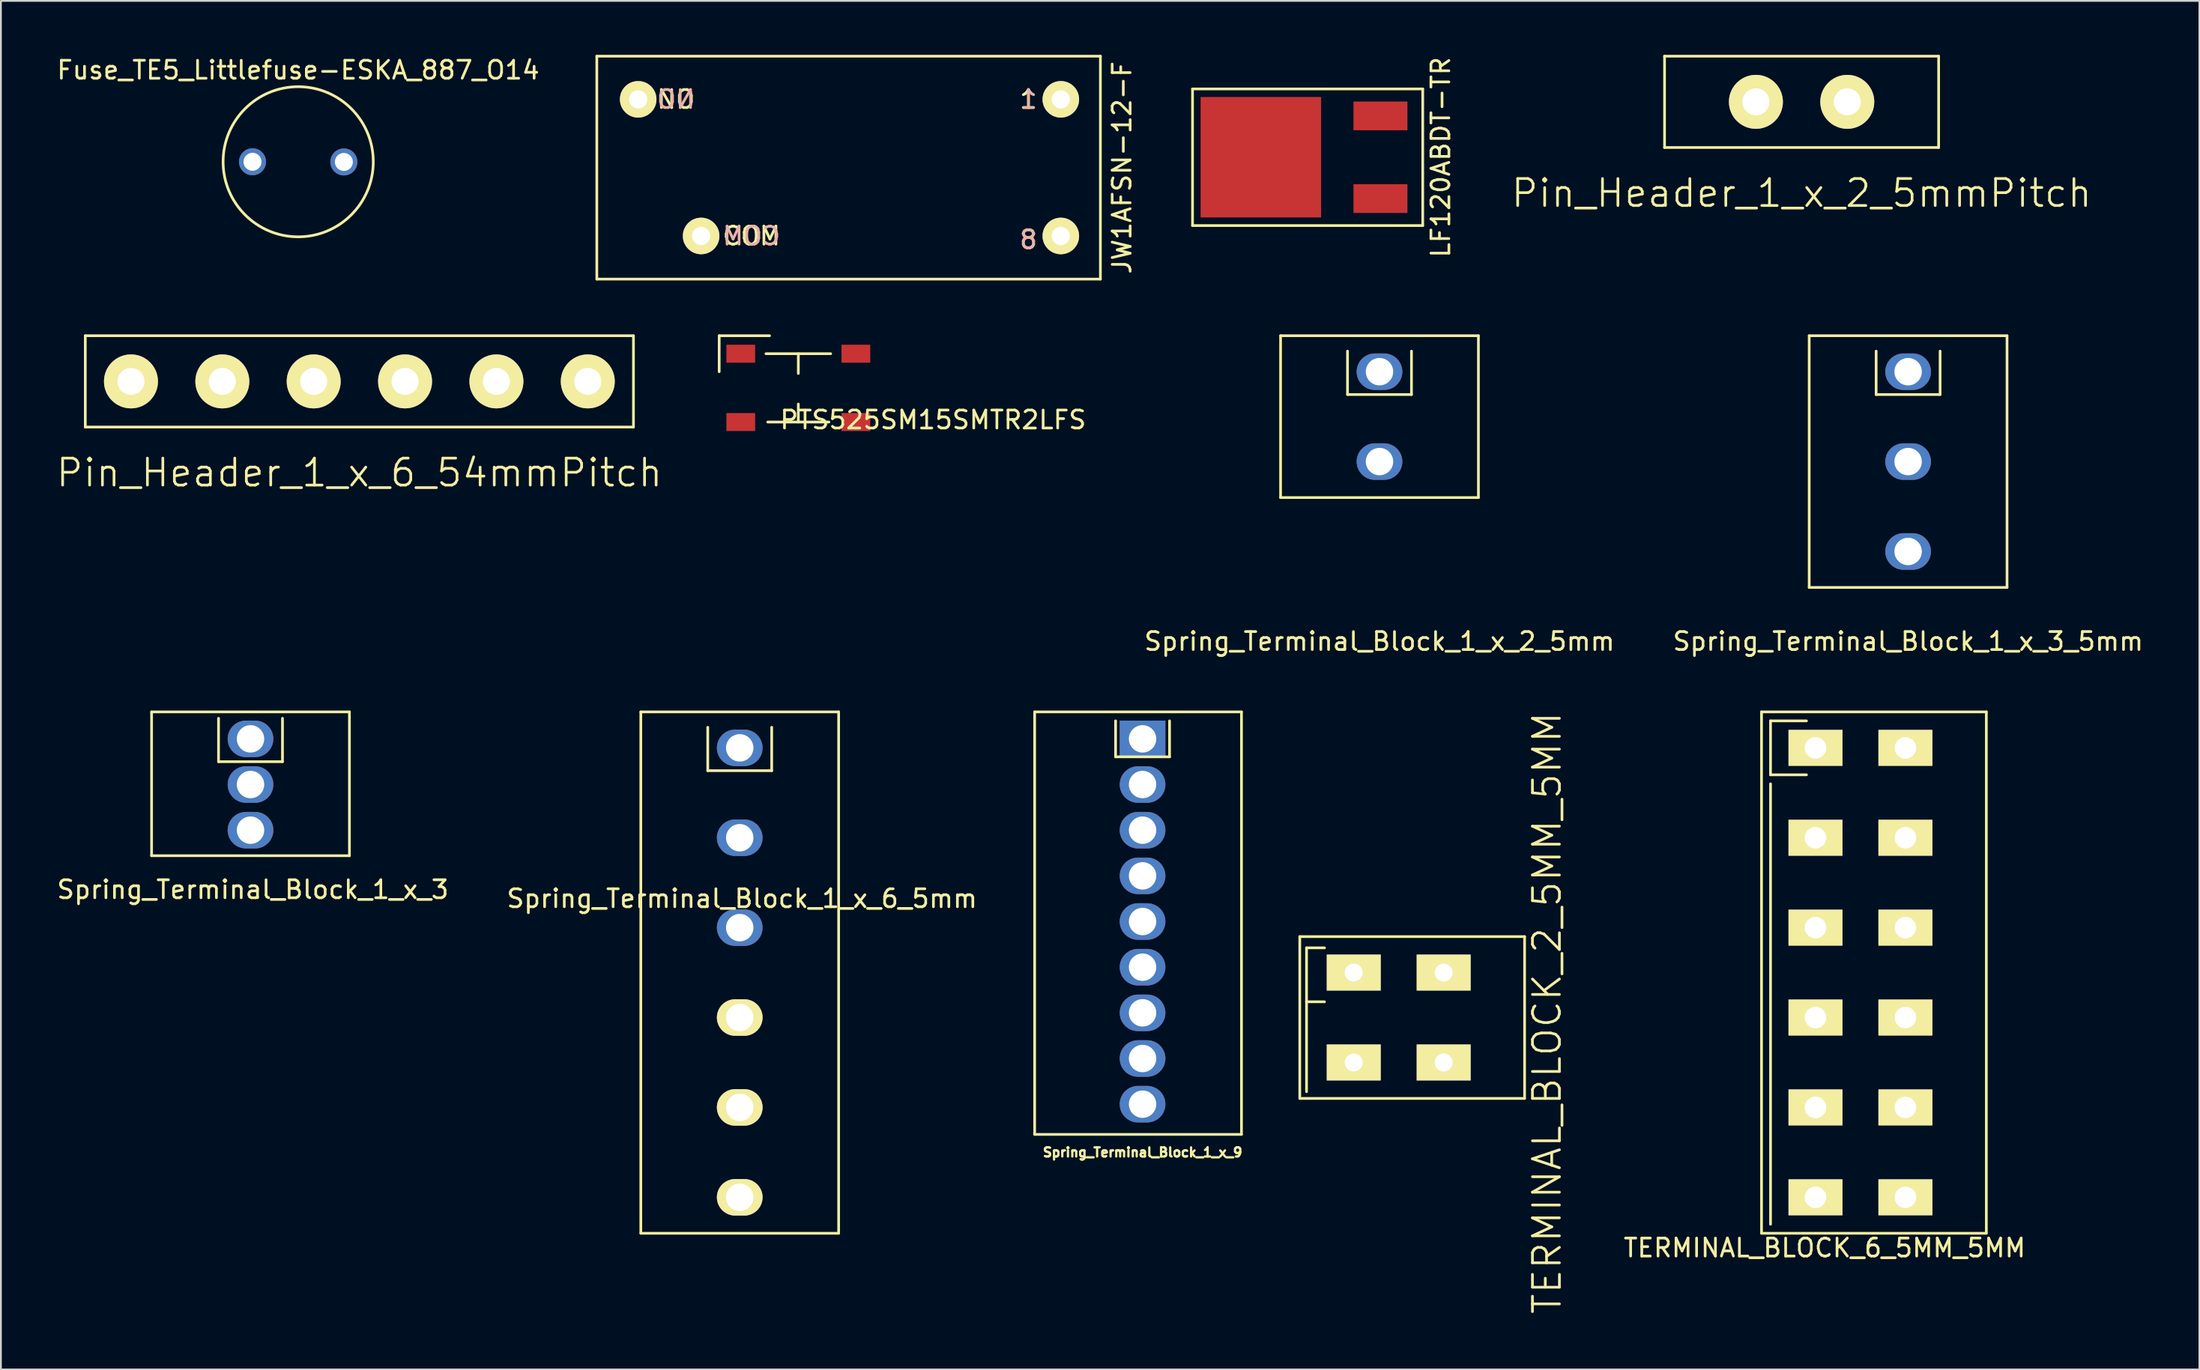
<source format=kicad_pcb>
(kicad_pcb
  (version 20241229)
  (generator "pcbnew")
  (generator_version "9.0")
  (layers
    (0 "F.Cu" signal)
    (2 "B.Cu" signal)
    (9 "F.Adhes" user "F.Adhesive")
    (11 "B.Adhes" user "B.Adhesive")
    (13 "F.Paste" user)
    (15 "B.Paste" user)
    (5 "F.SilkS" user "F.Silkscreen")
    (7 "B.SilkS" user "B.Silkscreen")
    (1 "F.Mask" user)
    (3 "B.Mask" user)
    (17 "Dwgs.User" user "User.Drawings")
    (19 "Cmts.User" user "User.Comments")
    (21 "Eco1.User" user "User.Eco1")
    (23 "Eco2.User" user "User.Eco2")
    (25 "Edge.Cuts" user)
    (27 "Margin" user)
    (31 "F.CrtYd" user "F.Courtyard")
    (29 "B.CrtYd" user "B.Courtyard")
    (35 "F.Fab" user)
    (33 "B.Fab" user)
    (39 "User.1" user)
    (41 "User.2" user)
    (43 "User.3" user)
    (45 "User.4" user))
  (footprint "TERMINAL_BLOCK_2_5MM_5MM"
    (layer "F.Cu")
    (at 72.222 51.048)
    (property "Reference" "TERMINAL_BLOCK_2_5MM_5MM" (at 10.75 2.25 270) (layer "F.SilkS") (effects (font (size 1.5 1.5) (thickness 0.15))))
    (attr through_hole)
    (fp_line (start -3 -2) (end -3 7) (stroke (width 0.15) (type solid)) (layer "F.SilkS"))
    (fp_line (start -3 7) (end 9.5 7) (stroke (width 0.15) (type solid)) (layer "F.SilkS"))
    (fp_line (start -2.625 -1.375) (end -2.625 1.625) (stroke (width 0.15) (type solid)) (layer "F.SilkS"))
    (fp_line (start -2.625 1.625) (end -2.625 6.625) (stroke (width 0.15) (type solid)) (layer "F.SilkS"))
    (fp_line (start -2.625 1.625) (end -1.625 1.625) (stroke (width 0.15) (type solid)) (layer "F.SilkS"))
    (fp_line (start -1.625 -1.375) (end -2.625 -1.375) (stroke (width 0.15) (type solid)) (layer "F.SilkS"))
    (fp_line (start 9.5 -2) (end -3 -2) (stroke (width 0.15) (type solid)) (layer "F.SilkS"))
    (fp_line (start 9.5 -2) (end 9.5 7) (stroke (width 0.15) (type solid)) (layer "F.SilkS"))
    (pad "1" thru_hole rect (at 0 0 270) (size 2 3) (drill 1) (layers "*.Cu" "*.Mask" "F.SilkS"))
    (pad "2" thru_hole rect (at 0 5 270) (size 2 3) (drill 1) (layers "*.Cu" "*.Mask" "F.SilkS"))
    (pad "3" thru_hole rect (at 5 5 270) (size 2 3) (drill 1) (layers "*.Cu" "*.Mask" "F.SilkS"))
    (pad "4" thru_hole rect (at 5 0 270) (size 2 3) (drill 1) (layers "*.Cu" "*.Mask" "F.SilkS")))
  (footprint "Spring_Terminal_Block_1_x_3_5mm"
    (layer "F.Cu")
    (at 103.047 17.625)
    (property "Reference" "Spring_Terminal_Block_1_x_3_5mm" (at 0 15 0) (layer "F.SilkS") (effects (font (size 1 1) (thickness 0.15))))
    (attr through_hole)
    (fp_line (start -5.5 -2) (end 5.5 -2) (stroke (width 0.15) (type solid)) (layer "F.SilkS"))
    (fp_line (start -5.5 12) (end -5.5 -2) (stroke (width 0.15) (type solid)) (layer "F.SilkS"))
    (fp_line (start -1.778 -1.143) (end -1.778 1.27) (stroke (width 0.15) (type solid)) (layer "F.SilkS"))
    (fp_line (start -1.778 1.27) (end 1.778 1.27) (stroke (width 0.15) (type solid)) (layer "F.SilkS"))
    (fp_line (start 1.778 1.27) (end 1.778 -1.143) (stroke (width 0.15) (type solid)) (layer "F.SilkS"))
    (fp_line (start 5.5 -2) (end 5.5 12) (stroke (width 0.15) (type solid)) (layer "F.SilkS"))
    (fp_line (start 5.5 12) (end -5.5 12) (stroke (width 0.15) (type solid)) (layer "F.SilkS"))
    (pad "1" thru_hole oval (at 0 0) (size 2.54 2.032) (drill 1.524) (layers "*.Cu" "*.Mask"))
    (pad "2" thru_hole oval (at 0 5) (size 2.54 2.032) (drill 1.524) (layers "*.Cu" "*.Mask"))
    (pad "3" thru_hole oval (at 0 10) (size 2.54 2.032) (drill 1.524) (layers "*.Cu" "*.Mask")))
  (footprint "Spring_Terminal_Block_1_x_6_5mm"
    (layer "F.Cu")
    (at 38.081 38.548)
    (property "Reference" "Spring_Terminal_Block_1_x_6_5mm" (at 0.127 8.382 0) (layer "F.SilkS") (effects (font (size 1 1) (thickness 0.15))))
    (attr through_hole)
    (fp_line (start -5.5 -2) (end 5.5 -2) (stroke (width 0.15) (type solid)) (layer "F.SilkS"))
    (fp_line (start -5.5 27) (end -5.5 -2) (stroke (width 0.15) (type solid)) (layer "F.SilkS"))
    (fp_line (start -1.778 -1.143) (end -1.778 1.27) (stroke (width 0.15) (type solid)) (layer "F.SilkS"))
    (fp_line (start -1.778 1.27) (end 1.778 1.27) (stroke (width 0.15) (type solid)) (layer "F.SilkS"))
    (fp_line (start 1.778 1.27) (end 1.778 -1.143) (stroke (width 0.15) (type solid)) (layer "F.SilkS"))
    (fp_line (start 5.5 -2) (end 5.5 27) (stroke (width 0.15) (type solid)) (layer "F.SilkS"))
    (fp_line (start 5.5 27) (end -5.5 27) (stroke (width 0.15) (type solid)) (layer "F.SilkS"))
    (pad "1" thru_hole oval (at 0 0) (size 2.54 2.032) (drill 1.524) (layers "*.Cu" "*.Mask"))
    (pad "2" thru_hole oval (at 0 5) (size 2.54 2.032) (drill 1.524) (layers "*.Cu" "*.Mask"))
    (pad "3" thru_hole oval (at 0 10) (size 2.54 2.032) (drill 1.524) (layers "*.Cu" "*.Mask"))
    (pad "4" thru_hole oval (at 0 15) (size 2.54 2.032) (drill 1.524) (layers "*.Cu" "*.Mask" "F.SilkS"))
    (pad "5" thru_hole oval (at 0 20) (size 2.54 2.032) (drill 1.524) (layers "*.Cu" "*.Mask" "F.SilkS"))
    (pad "6" thru_hole oval (at 0 25) (size 2.54 2.032) (drill 1.524) (layers "*.Cu" "*.Mask" "F.SilkS")))
  (footprint "PTS525SM15SMTR2LFS"
    (layer "F.Cu")
    (at 41.339 18.525)
    (property "Reference" "PTS525SM15SMTR2LFS" (at 7.493 1.778 0) (layer "F.SilkS") (effects (font (size 1 1) (thickness 0.15))))
    (attr through_hole)
    (fp_line (start -4.4 -2.9) (end -4.4 -0.9) (stroke (width 0.15) (type solid)) (layer "F.SilkS"))
    (fp_line (start -1.8 -1.9) (end 1.8 -1.9) (stroke (width 0.15) (type solid)) (layer "F.SilkS"))
    (fp_line (start -1.7 1.9) (end 1.7 1.9) (stroke (width 0.15) (type solid)) (layer "F.SilkS"))
    (fp_line (start -1.6 -2.9) (end -4.4 -2.9) (stroke (width 0.15) (type solid)) (layer "F.SilkS"))
    (fp_line (start 0 -1.9) (end 0 -0.8) (stroke (width 0.15) (type solid)) (layer "F.SilkS"))
    (fp_line (start 0 1.9) (end 0 0.9) (stroke (width 0.15) (type solid)) (layer "F.SilkS"))
    (pad "1" smd rect (at -3.2 -1.9) (size 1.6 1) (layers "F.Cu" "F.Mask" "F.Paste"))
    (pad "2" smd rect (at 3.2 -1.9) (size 1.6 1) (layers "F.Cu" "F.Mask" "F.Paste"))
    (pad "3" smd rect (at -3.2 1.9) (size 1.6 1) (layers "F.Cu" "F.Mask" "F.Paste"))
    (pad "4" smd rect (at 3.2 1.9) (size 1.6 1) (layers "F.Cu" "F.Mask" "F.Paste")))
  (footprint "Fuse_TE5_Littlefuse-ESKA_887_O14"
    (layer "F.Cu")
    (at 13.53 5.948)
    (property "Reference" "Fuse_TE5_Littlefuse-ESKA_887_O14" (at 0 -5.1 0) (layer "F.SilkS") (effects (font (size 1 1) (thickness 0.15))))
    (attr through_hole)
    (fp_circle (center 0 0) (end 4.175 0) (stroke (width 0.15) (type solid)) (fill no) (layer "F.SilkS"))
    (pad "1" thru_hole circle (at -2.54 0) (size 1.501 1.501) (drill 1.001) (layers "*.Cu" "*.Mask"))
    (pad "2" thru_hole circle (at 2.54 0.01) (size 1.501 1.501) (drill 1.001) (layers "*.Cu" "*.Mask")))
  (footprint "JW1AFSN-12-F"
    (layer "F.Cu")
    (at 44.135 6.275)
    (property "Reference" "JW1AFSN-12-F" (at 15.2 0 90) (layer "F.SilkS") (effects (font (size 1 1) (thickness 0.15))))
    (attr through_hole)
    (fp_line (start -14 -6.2) (end 14 -6.2) (stroke (width 0.15) (type solid)) (layer "F.SilkS"))
    (fp_line (start -14 6.2) (end -14 -6.2) (stroke (width 0.15) (type solid)) (layer "F.SilkS"))
    (fp_line (start 14 -6.2) (end 14 6.2) (stroke (width 0.15) (type solid)) (layer "F.SilkS"))
    (fp_line (start 14 6.2) (end -14 6.2) (stroke (width 0.15) (type solid)) (layer "F.SilkS"))
    (fp_text user "NO" (at -9.6 -3.8 0) (layer "F.SilkS") (effects (font (size 1 1) (thickness 0.15))))
    (fp_text user "8" (at 10 4 0) (layer "F.SilkS") (effects (font (size 1 1) (thickness 0.15))))
    (fp_text user "COM" (at -5.4 3.8 0) (layer "F.SilkS") (effects (font (size 1 1) (thickness 0.15))))
    (fp_text user "1" (at 10 -3.8 0) (layer "F.SilkS") (effects (font (size 1 1) (thickness 0.15))))
    (fp_text user "NO" (at -9.6 -3.8 0) (layer "B.SilkS") (effects (font (size 1 1) (thickness 0.15)) (justify mirror)))
    (fp_text user "1" (at 10 -3.8 0) (layer "B.SilkS") (effects (font (size 1 1) (thickness 0.15)) (justify mirror)))
    (fp_text user "8" (at 10 4 0) (layer "B.SilkS") (effects (font (size 1 1) (thickness 0.15)) (justify mirror)))
    (fp_text user "COM" (at -5.4 3.8 0) (layer "B.SilkS") (effects (font (size 1 1) (thickness 0.15)) (justify mirror)))
    (pad "1" thru_hole circle (at 11.8 -3.8) (size 2.032 2.032) (drill 1.016) (layers "*.Cu" "*.Mask" "F.SilkS"))
    (pad "4" thru_hole circle (at -11.7 -3.8) (size 2.032 2.032) (drill 1.016) (layers "*.Cu" "*.Mask" "F.SilkS"))
    (pad "6" thru_hole circle (at -8.2 3.8) (size 2.032 2.032) (drill 1.016) (layers "*.Cu" "*.Mask" "F.SilkS"))
    (pad "8" thru_hole circle (at 11.8 3.8) (size 2.032 2.032) (drill 1.016) (layers "*.Cu" "*.Mask" "F.SilkS")))
  (footprint "Pin_Header_1_x_2_5mmPitch"
    (layer "F.Cu")
    (at 97.124 2.615)
    (property "Reference" "Pin_Header_1_x_2_5mmPitch" (at 0 5.08 0) (layer "F.SilkS") (effects (font (size 1.5 1.5) (thickness 0.15))))
    (attr through_hole)
    (fp_line (start -7.62 -2.54) (end 7.62 -2.54) (stroke (width 0.15) (type solid)) (layer "F.SilkS"))
    (fp_line (start -7.62 2.54) (end -7.62 -2.54) (stroke (width 0.15) (type solid)) (layer "F.SilkS"))
    (fp_line (start 7.62 -2.54) (end 7.62 2.54) (stroke (width 0.15) (type solid)) (layer "F.SilkS"))
    (fp_line (start 7.62 2.54) (end -7.62 2.54) (stroke (width 0.15) (type solid)) (layer "F.SilkS"))
    (pad "1" thru_hole circle (at -2.54 0) (size 3 3) (drill 1.5) (layers "*.Cu" "*.Mask" "F.SilkS"))
    (pad "2" thru_hole circle (at 2.54 0) (size 3 3) (drill 1.5) (layers "*.Cu" "*.Mask" "F.SilkS")))
  (footprint "Spring_Terminal_Block_1_x_3"
    (layer "F.Cu")
    (at 10.879 38.048)
    (property "Reference" "Spring_Terminal_Block_1_x_3" (at 0.127 8.382 0) (layer "F.SilkS") (effects (font (size 1 1) (thickness 0.15))))
    (attr through_hole)
    (fp_line (start -5.5 -1.5) (end 5.5 -1.5) (stroke (width 0.15) (type solid)) (layer "F.SilkS"))
    (fp_line (start -5.5 6.5) (end -5.5 -1.5) (stroke (width 0.15) (type solid)) (layer "F.SilkS"))
    (fp_line (start -1.778 -1.143) (end -1.778 1.27) (stroke (width 0.15) (type solid)) (layer "F.SilkS"))
    (fp_line (start -1.778 1.27) (end 1.778 1.27) (stroke (width 0.15) (type solid)) (layer "F.SilkS"))
    (fp_line (start 1.778 1.27) (end 1.778 -1.143) (stroke (width 0.15) (type solid)) (layer "F.SilkS"))
    (fp_line (start 5.5 -1.5) (end 5.5 6.5) (stroke (width 0.15) (type solid)) (layer "F.SilkS"))
    (fp_line (start 5.5 6.5) (end -5.5 6.5) (stroke (width 0.15) (type solid)) (layer "F.SilkS"))
    (pad "1" thru_hole oval (at 0 0) (size 2.54 2.032) (drill 1.524) (layers "*.Cu" "*.Mask"))
    (pad "2" thru_hole oval (at 0 2.54) (size 2.54 2.032) (drill 1.524) (layers "*.Cu" "*.Mask"))
    (pad "3" thru_hole oval (at 0 5.08) (size 2.54 2.032) (drill 1.524) (layers "*.Cu" "*.Mask")))
  (footprint "LF120ABDT-TR"
    (layer "F.Cu")
    (at 67.058 5.696)
    (property "Reference" "LF120ABDT-TR" (at 10 0 90) (layer "F.SilkS") (effects (font (size 1 1) (thickness 0.15))))
    (attr through_hole)
    (fp_line (start -3.8 -3.8) (end 9 -3.8) (stroke (width 0.15) (type solid)) (layer "F.SilkS"))
    (fp_line (start -3.8 3.8) (end -3.8 -3.8) (stroke (width 0.15) (type solid)) (layer "F.SilkS"))
    (fp_line (start 9 -3.8) (end 9 3.8) (stroke (width 0.15) (type solid)) (layer "F.SilkS"))
    (fp_line (start 9 3.8) (end -3.8 3.8) (stroke (width 0.15) (type solid)) (layer "F.SilkS"))
    (pad "1" smd rect (at 0 0) (size 6.7 6.7) (layers "F.Cu" "F.Mask" "F.Paste"))
    (pad "2" smd rect (at 6.65 -2.3) (size 3 1.6) (layers "F.Cu" "F.Mask" "F.Paste"))
    (pad "3" smd rect (at 6.65 2.3) (size 3 1.6) (layers "F.Cu" "F.Mask" "F.Paste")))
  (footprint "TERMINAL_BLOCK_6_5MM_5MM"
    (layer "F.Cu")
    (at 97.896 38.548)
    (property "Reference" "TERMINAL_BLOCK_6_5MM_5MM" (at 0.508 27.813 0) (layer "F.SilkS") (effects (font (size 1 1) (thickness 0.15))))
    (attr through_hole)
    (fp_line (start -3 -2) (end 9.5 -2) (stroke (width 0.15) (type solid)) (layer "F.SilkS"))
    (fp_line (start -3 27) (end -3 -2) (stroke (width 0.15) (type solid)) (layer "F.SilkS"))
    (fp_line (start -2.5 -1.5) (end -2.5 1.5) (stroke (width 0.15) (type solid)) (layer "F.SilkS"))
    (fp_line (start -2.5 1.5) (end -0.5 1.5) (stroke (width 0.15) (type solid)) (layer "F.SilkS"))
    (fp_line (start -2.5 2) (end -2.5 26.5) (stroke (width 0.15) (type solid)) (layer "F.SilkS"))
    (fp_line (start -0.5 -1.5) (end -2.5 -1.5) (stroke (width 0.15) (type solid)) (layer "F.SilkS"))
    (fp_line (start 9.5 -2) (end 9.5 27) (stroke (width 0.15) (type solid)) (layer "F.SilkS"))
    (fp_line (start 9.5 27) (end -3 27) (stroke (width 0.15) (type solid)) (layer "F.SilkS"))
    (pad "1" thru_hole rect (at 0 0) (size 3 2) (drill 1.2) (layers "*.Cu" "*.Mask" "F.SilkS"))
    (pad "2" thru_hole rect (at 0 5) (size 3 2) (drill 1.2) (layers "*.Cu" "*.Mask" "F.SilkS"))
    (pad "3" thru_hole rect (at 0 10) (size 3 2) (drill 1.2) (layers "*.Cu" "*.Mask" "F.SilkS"))
    (pad "4" thru_hole rect (at 0 15) (size 3 2) (drill 1.2) (layers "*.Cu" "*.Mask" "F.SilkS"))
    (pad "5" thru_hole rect (at 0 20) (size 3 2) (drill 1.2) (layers "*.Cu" "*.Mask" "F.SilkS"))
    (pad "6" thru_hole rect (at 0 25) (size 3 2) (drill 1.2) (layers "*.Cu" "*.Mask" "F.SilkS"))
    (pad "7" thru_hole rect (at 5 25) (size 3 2) (drill 1.2) (layers "*.Cu" "*.Mask" "F.SilkS"))
    (pad "8" thru_hole rect (at 5 20) (size 3 2) (drill 1.2) (layers "*.Cu" "*.Mask" "F.SilkS"))
    (pad "9" thru_hole rect (at 5 15) (size 3 2) (drill 1.2) (layers "*.Cu" "*.Mask" "F.SilkS"))
    (pad "10" thru_hole rect (at 5 10) (size 3 2) (drill 1.2) (layers "*.Cu" "*.Mask" "F.SilkS"))
    (pad "11" thru_hole rect (at 5 5) (size 3 2) (drill 1.2) (layers "*.Cu" "*.Mask" "F.SilkS"))
    (pad "12" thru_hole rect (at 5 0) (size 3 2) (drill 1.2) (layers "*.Cu" "*.Mask" "F.SilkS")))
  (footprint "Spring_Terminal_Block_1_x_9"
    (layer "F.Cu")
    (at 60.48 38.048)
    (property "Reference" "Spring_Terminal_Block_1_x_9" (at 0 23 180) (layer "F.SilkS") (effects (font (size 0.508 0.508) (thickness 0.127))))
    (attr through_hole)
    (fp_line (start -6 -1.5) (end -6 22) (stroke (width 0.15) (type solid)) (layer "F.SilkS"))
    (fp_line (start -6 22) (end 5.5 22) (stroke (width 0.15) (type solid)) (layer "F.SilkS"))
    (fp_line (start -1.5 -1) (end -1.5 1) (stroke (width 0.15) (type solid)) (layer "F.SilkS"))
    (fp_line (start -1.5 1) (end 1.5 1) (stroke (width 0.15) (type solid)) (layer "F.SilkS"))
    (fp_line (start 1.5 1) (end 1.5 -1) (stroke (width 0.15) (type solid)) (layer "F.SilkS"))
    (fp_line (start 5.5 -1.5) (end -6 -1.5) (stroke (width 0.15) (type solid)) (layer "F.SilkS"))
    (fp_line (start 5.5 22) (end 5.5 -1.5) (stroke (width 0.15) (type solid)) (layer "F.SilkS"))
    (pad "1" thru_hole rect (at 0 0) (size 2.54 2.032) (drill 1.524) (layers "*.Cu" "*.Mask"))
    (pad "2" thru_hole oval (at 0 2.54) (size 2.54 2.032) (drill 1.524) (layers "*.Cu" "*.Mask"))
    (pad "3" thru_hole oval (at 0 5.08) (size 2.54 2.032) (drill 1.524) (layers "*.Cu" "*.Mask"))
    (pad "4" thru_hole oval (at 0 7.62) (size 2.54 2.032) (drill 1.524) (layers "*.Cu" "*.Mask"))
    (pad "5" thru_hole oval (at 0 10.16) (size 2.54 2.032) (drill 1.524) (layers "*.Cu" "*.Mask"))
    (pad "6" thru_hole oval (at 0 12.7) (size 2.54 2.032) (drill 1.524) (layers "*.Cu" "*.Mask"))
    (pad "7" thru_hole oval (at 0 15.24) (size 2.54 2.032) (drill 1.524) (layers "*.Cu" "*.Mask"))
    (pad "8" thru_hole oval (at 0 17.78) (size 2.54 2.032) (drill 1.524) (layers "*.Cu" "*.Mask"))
    (pad "9" thru_hole oval (at 0 20.32) (size 2.54 2.032) (drill 1.524) (layers "*.Cu" "*.Mask")))
  (footprint "Spring_Terminal_Block_1_x_2_5mm"
    (layer "F.Cu")
    (at 73.654 17.625)
    (property "Reference" "Spring_Terminal_Block_1_x_2_5mm" (at 0 15 0) (layer "F.SilkS") (effects (font (size 1 1) (thickness 0.15))))
    (attr through_hole)
    (fp_line (start -5.5 -2) (end 5.5 -2) (stroke (width 0.15) (type solid)) (layer "F.SilkS"))
    (fp_line (start -5.5 7) (end -5.5 -2) (stroke (width 0.15) (type solid)) (layer "F.SilkS"))
    (fp_line (start -1.778 -1.143) (end -1.778 1.27) (stroke (width 0.15) (type solid)) (layer "F.SilkS"))
    (fp_line (start -1.778 1.27) (end 1.778 1.27) (stroke (width 0.15) (type solid)) (layer "F.SilkS"))
    (fp_line (start 1.778 1.27) (end 1.778 -1.143) (stroke (width 0.15) (type solid)) (layer "F.SilkS"))
    (fp_line (start 5.5 -2) (end 5.5 7) (stroke (width 0.15) (type solid)) (layer "F.SilkS"))
    (fp_line (start 5.5 7) (end -5.5 7) (stroke (width 0.15) (type solid)) (layer "F.SilkS"))
    (pad "1" thru_hole oval (at 0 0) (size 2.54 2.032) (drill 1.524) (layers "*.Cu" "*.Mask"))
    (pad "2" thru_hole oval (at 0 5) (size 2.54 2.032) (drill 1.524) (layers "*.Cu" "*.Mask")))
  (footprint "Pin_Header_1_x_6_54mmPitch"
    (layer "F.Cu")
    (at 16.932 18.165)
    (property "Reference" "Pin_Header_1_x_6_54mmPitch" (at 0 5.08 0) (layer "F.SilkS") (effects (font (size 1.5 1.5) (thickness 0.15))))
    (attr through_hole)
    (fp_line (start -15.24 -2.54) (end 15.24 -2.54) (stroke (width 0.15) (type solid)) (layer "F.SilkS"))
    (fp_line (start -15.24 2.54) (end -15.24 -2.54) (stroke (width 0.15) (type solid)) (layer "F.SilkS"))
    (fp_line (start 15.24 -2.54) (end 15.24 2.54) (stroke (width 0.15) (type solid)) (layer "F.SilkS"))
    (fp_line (start 15.24 2.54) (end -15.24 2.54) (stroke (width 0.15) (type solid)) (layer "F.SilkS"))
    (pad "1" thru_hole circle (at -12.7 0) (size 3 3) (drill 1.5) (layers "*.Cu" "*.Mask" "F.SilkS"))
    (pad "2" thru_hole circle (at -7.62 0) (size 3 3) (drill 1.5) (layers "*.Cu" "*.Mask" "F.SilkS"))
    (pad "3" thru_hole circle (at -2.54 0) (size 3 3) (drill 1.5) (layers "*.Cu" "*.Mask" "F.SilkS"))
    (pad "4" thru_hole circle (at 2.54 0) (size 3 3) (drill 1.5) (layers "*.Cu" "*.Mask" "F.SilkS"))
    (pad "5" thru_hole circle (at 7.62 0) (size 3 3) (drill 1.5) (layers "*.Cu" "*.Mask" "F.SilkS"))
    (pad "6" thru_hole circle (at 12.7 0) (size 3 3) (drill 1.5) (layers "*.Cu" "*.Mask" "F.SilkS")))
  (gr_rect
    (start -3 -3)
    (end 119.243 73.123)
    (stroke (width 0.1) (type default))
    (fill no)
    (layer "Edge.Cuts")))
</source>
